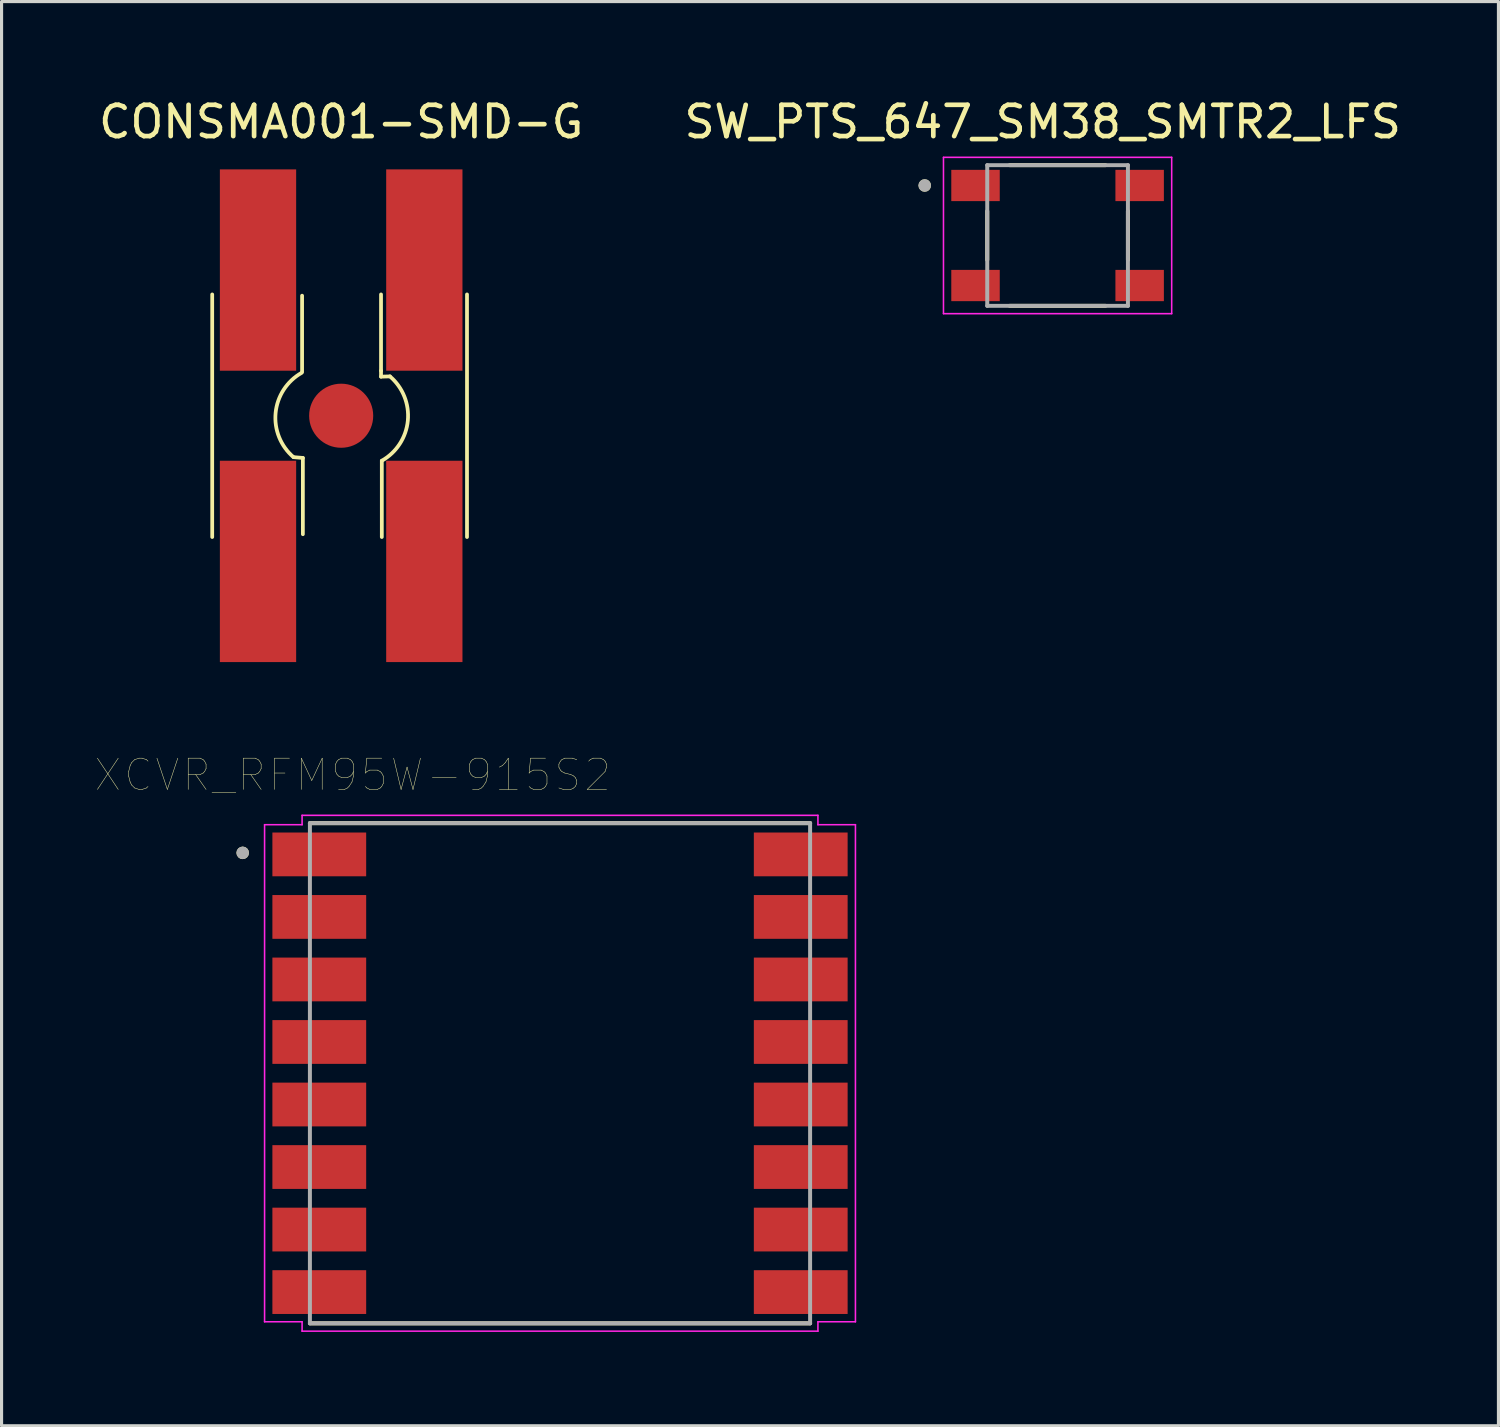
<source format=kicad_pcb>
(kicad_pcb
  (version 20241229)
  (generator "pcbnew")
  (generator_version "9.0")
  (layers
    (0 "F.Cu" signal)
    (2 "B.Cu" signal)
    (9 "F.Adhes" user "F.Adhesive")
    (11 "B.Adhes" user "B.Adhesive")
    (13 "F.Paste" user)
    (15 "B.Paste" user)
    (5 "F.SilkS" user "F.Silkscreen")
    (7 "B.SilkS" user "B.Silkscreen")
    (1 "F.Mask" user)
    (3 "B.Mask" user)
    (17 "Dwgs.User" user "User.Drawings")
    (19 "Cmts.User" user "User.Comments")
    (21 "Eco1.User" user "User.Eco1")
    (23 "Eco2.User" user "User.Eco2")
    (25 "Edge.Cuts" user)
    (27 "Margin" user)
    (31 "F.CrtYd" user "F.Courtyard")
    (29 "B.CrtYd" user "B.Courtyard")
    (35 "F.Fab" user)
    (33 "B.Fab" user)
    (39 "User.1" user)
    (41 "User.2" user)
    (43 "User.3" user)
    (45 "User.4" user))
  (footprint "XCVR_RFM95W-915S2"
    (layer "F.Cu")
    (at 14.863 31.28)
    (property "Reference" "XCVR_RFM95W-915S2" (at -6.631 -9.54 0) (layer "F.SilkS") (effects (font (size 1 1) (thickness 0.015))))
    (attr through_hole)
    (fp_line (start -8 -8) (end 8 -8) (stroke (width 0.127) (type solid)) (layer "F.SilkS"))
    (fp_line (start -8 8) (end 8 8) (stroke (width 0.127) (type solid)) (layer "F.SilkS"))
    (fp_circle (center -10.15 -7.05) (end -10.05 -7.05) (stroke (width 0.2) (type solid)) (fill no) (layer "F.SilkS"))
    (fp_line (start -9.45 -7.95) (end -8.25 -7.95) (stroke (width 0.05) (type solid)) (layer "F.CrtYd"))
    (fp_line (start -9.45 7.95) (end -9.45 -7.95) (stroke (width 0.05) (type solid)) (layer "F.CrtYd"))
    (fp_line (start -8.25 -8.25) (end 8.25 -8.25) (stroke (width 0.05) (type solid)) (layer "F.CrtYd"))
    (fp_line (start -8.25 -7.95) (end -8.25 -8.25) (stroke (width 0.05) (type solid)) (layer "F.CrtYd"))
    (fp_line (start -8.25 7.95) (end -9.45 7.95) (stroke (width 0.05) (type solid)) (layer "F.CrtYd"))
    (fp_line (start -8.25 8.25) (end -8.25 7.95) (stroke (width 0.05) (type solid)) (layer "F.CrtYd"))
    (fp_line (start 8.25 -8.25) (end 8.25 -7.95) (stroke (width 0.05) (type solid)) (layer "F.CrtYd"))
    (fp_line (start 8.25 -7.95) (end 9.45 -7.95) (stroke (width 0.05) (type solid)) (layer "F.CrtYd"))
    (fp_line (start 8.25 7.95) (end 8.25 8.25) (stroke (width 0.05) (type solid)) (layer "F.CrtYd"))
    (fp_line (start 8.25 8.25) (end -8.25 8.25) (stroke (width 0.05) (type solid)) (layer "F.CrtYd"))
    (fp_line (start 9.45 -7.95) (end 9.45 7.95) (stroke (width 0.05) (type solid)) (layer "F.CrtYd"))
    (fp_line (start 9.45 7.95) (end 8.25 7.95) (stroke (width 0.05) (type solid)) (layer "F.CrtYd"))
    (fp_line (start -8 -8) (end 8 -8) (stroke (width 0.127) (type solid)) (layer "F.Fab"))
    (fp_line (start -8 8) (end -8 -8) (stroke (width 0.127) (type solid)) (layer "F.Fab"))
    (fp_line (start 8 -8) (end 8 8) (stroke (width 0.127) (type solid)) (layer "F.Fab"))
    (fp_line (start 8 8) (end -8 8) (stroke (width 0.127) (type solid)) (layer "F.Fab"))
    (fp_circle (center -10.15 -7.05) (end -10.05 -7.05) (stroke (width 0.2) (type solid)) (fill no) (layer "F.Fab"))
    (pad "1" smd rect (at -7.7 -7) (size 3 1.4) (layers "F.Cu" "F.Mask" "F.Paste"))
    (pad "2" smd rect (at -7.7 -5) (size 3 1.4) (layers "F.Cu" "F.Mask" "F.Paste"))
    (pad "3" smd rect (at -7.7 -3) (size 3 1.4) (layers "F.Cu" "F.Mask" "F.Paste"))
    (pad "4" smd rect (at -7.7 -1) (size 3 1.4) (layers "F.Cu" "F.Mask" "F.Paste"))
    (pad "5" smd rect (at -7.7 1) (size 3 1.4) (layers "F.Cu" "F.Mask" "F.Paste"))
    (pad "6" smd rect (at -7.7 3) (size 3 1.4) (layers "F.Cu" "F.Mask" "F.Paste"))
    (pad "7" smd rect (at -7.7 5) (size 3 1.4) (layers "F.Cu" "F.Mask" "F.Paste"))
    (pad "8" smd rect (at -7.7 7) (size 3 1.4) (layers "F.Cu" "F.Mask" "F.Paste"))
    (pad "9" smd rect (at 7.7 7) (size 3 1.4) (layers "F.Cu" "F.Mask" "F.Paste"))
    (pad "10" smd rect (at 7.7 5) (size 3 1.4) (layers "F.Cu" "F.Mask" "F.Paste"))
    (pad "11" smd rect (at 7.7 3) (size 3 1.4) (layers "F.Cu" "F.Mask" "F.Paste"))
    (pad "12" smd rect (at 7.7 1) (size 3 1.4) (layers "F.Cu" "F.Mask" "F.Paste"))
    (pad "13" smd rect (at 7.7 -1) (size 3 1.4) (layers "F.Cu" "F.Mask" "F.Paste"))
    (pad "14" smd rect (at 7.7 -3) (size 3 1.4) (layers "F.Cu" "F.Mask" "F.Paste"))
    (pad "15" smd rect (at 7.7 -5) (size 3 1.4) (layers "F.Cu" "F.Mask" "F.Paste"))
    (pad "16" smd rect (at 7.7 -7) (size 3 1.4) (layers "F.Cu" "F.Mask" "F.Paste")))
  (footprint "SW_PTS_647_SM38_SMTR2_LFS"
    (layer "F.Cu")
    (at 30.779 4.483)
    (property "Reference" "SW_PTS_647_SM38_SMTR2_LFS" (at -0.475 -3.635 0) (layer "F.SilkS") (effects (font (size 1 1) (thickness 0.15))))
    (attr smd)
    (fp_line (start -2.25 -0.78) (end -2.25 0.78) (stroke (width 0.127) (type solid)) (layer "F.SilkS"))
    (fp_line (start -1.53 -2.25) (end 1.53 -2.25) (stroke (width 0.127) (type solid)) (layer "F.SilkS"))
    (fp_line (start -1.53 2.25) (end 1.53 2.25) (stroke (width 0.127) (type solid)) (layer "F.SilkS"))
    (fp_line (start 2.25 -0.78) (end 2.25 0.78) (stroke (width 0.127) (type solid)) (layer "F.SilkS"))
    (fp_circle (center -4.25 -1.6) (end -4.15 -1.6) (stroke (width 0.2) (type solid)) (fill no) (layer "F.SilkS"))
    (fp_line (start -3.65 -2.5) (end -3.65 2.5) (stroke (width 0.05) (type solid)) (layer "F.CrtYd"))
    (fp_line (start -3.65 2.5) (end 3.65 2.5) (stroke (width 0.05) (type solid)) (layer "F.CrtYd"))
    (fp_line (start 3.65 -2.5) (end -3.65 -2.5) (stroke (width 0.05) (type solid)) (layer "F.CrtYd"))
    (fp_line (start 3.65 2.5) (end 3.65 -2.5) (stroke (width 0.05) (type solid)) (layer "F.CrtYd"))
    (fp_line (start -2.25 -2.25) (end -2.25 2.25) (stroke (width 0.127) (type solid)) (layer "F.Fab"))
    (fp_line (start -2.25 2.25) (end 2.25 2.25) (stroke (width 0.127) (type solid)) (layer "F.Fab"))
    (fp_line (start 2.25 -2.25) (end -2.25 -2.25) (stroke (width 0.127) (type solid)) (layer "F.Fab"))
    (fp_line (start 2.25 2.25) (end 2.25 -2.25) (stroke (width 0.127) (type solid)) (layer "F.Fab"))
    (fp_circle (center -4.25 -1.6) (end -4.15 -1.6) (stroke (width 0.2) (type solid)) (fill no) (layer "F.Fab"))
    (pad "1" smd rect (at -2.625 -1.6) (size 1.55 1) (layers "F.Cu" "F.Mask" "F.Paste"))
    (pad "2" smd rect (at 2.625 -1.6) (size 1.55 1) (layers "F.Cu" "F.Mask" "F.Paste"))
    (pad "3" smd rect (at -2.625 1.6) (size 1.55 1) (layers "F.Cu" "F.Mask" "F.Paste"))
    (pad "4" smd rect (at 2.625 1.6) (size 1.55 1) (layers "F.Cu" "F.Mask" "F.Paste")))
  (footprint "CONSMA001-SMD-G"
    (layer "F.Cu")
    (at 7.863 10.248)
    (property "Reference" "CONSMA001-SMD-G" (at 0 -9.4 0) (layer "F.SilkS") (effects (font (size 1 1) (thickness 0.15))))
    (attr through_hole)
    (fp_line (start -4.125 -3.88) (end -4.125 3.88) (stroke (width 0.12) (type solid)) (layer "F.SilkS"))
    (fp_line (start -1.525 1.325) (end -1.225 1.35) (stroke (width 0.12) (type solid)) (layer "F.SilkS"))
    (fp_line (start -1.25 -1.4) (end -1.25 -3.84) (stroke (width 0.12) (type solid)) (layer "F.SilkS"))
    (fp_line (start -1.225 3.79) (end -1.225 1.35) (stroke (width 0.12) (type solid)) (layer "F.SilkS"))
    (fp_line (start 1.275 -1.44) (end 1.275 -3.88) (stroke (width 0.12) (type solid)) (layer "F.SilkS"))
    (fp_line (start 1.275 -1.25) (end 1.275 -1.44) (stroke (width 0.12) (type solid)) (layer "F.SilkS"))
    (fp_line (start 1.3 3.88) (end 1.3 1.44) (stroke (width 0.12) (type solid)) (layer "F.SilkS"))
    (fp_line (start 1.56 -1.258) (end 1.275 -1.25) (stroke (width 0.12) (type solid)) (layer "F.SilkS"))
    (fp_line (start 4.025 -3.88) (end 4.025 3.88) (stroke (width 0.12) (type solid)) (layer "F.SilkS"))
    (fp_arc (start -1.525 1.325) (mid -2.096992 -0.091615) (end -1.26465 -1.372701) (stroke (width 0.12) (type solid)) (layer "F.SilkS"))
    (fp_arc (start 1.56035 -1.257701) (mid 2.132342 0.158914) (end 1.3 1.44) (stroke (width 0.12) (type solid)) (layer "F.SilkS"))
    (pad "1" smd rect (at -2.66 -4.66) (size 2.44 6.44) (layers "F.Cu" "F.Mask" "F.Paste"))
    (pad "2" smd rect (at 2.66 -4.66) (size 2.44 6.44) (layers "F.Cu" "F.Mask" "F.Paste"))
    (pad "3" smd rect (at 2.66 4.66) (size 2.44 6.44) (layers "F.Cu" "F.Mask" "F.Paste"))
    (pad "4" smd rect (at -2.66 4.66) (size 2.44 6.44) (layers "F.Cu" "F.Mask" "F.Paste"))
    (pad "5" smd circle (at 0 0) (size 2.05 2.05) (layers "F.Cu" "F.Mask" "F.Paste")))
  (gr_rect
    (start -3 -3)
    (end 44.881 42.555)
    (stroke (width 0.1) (type default))
    (fill no)
    (layer "Edge.Cuts")))
</source>
